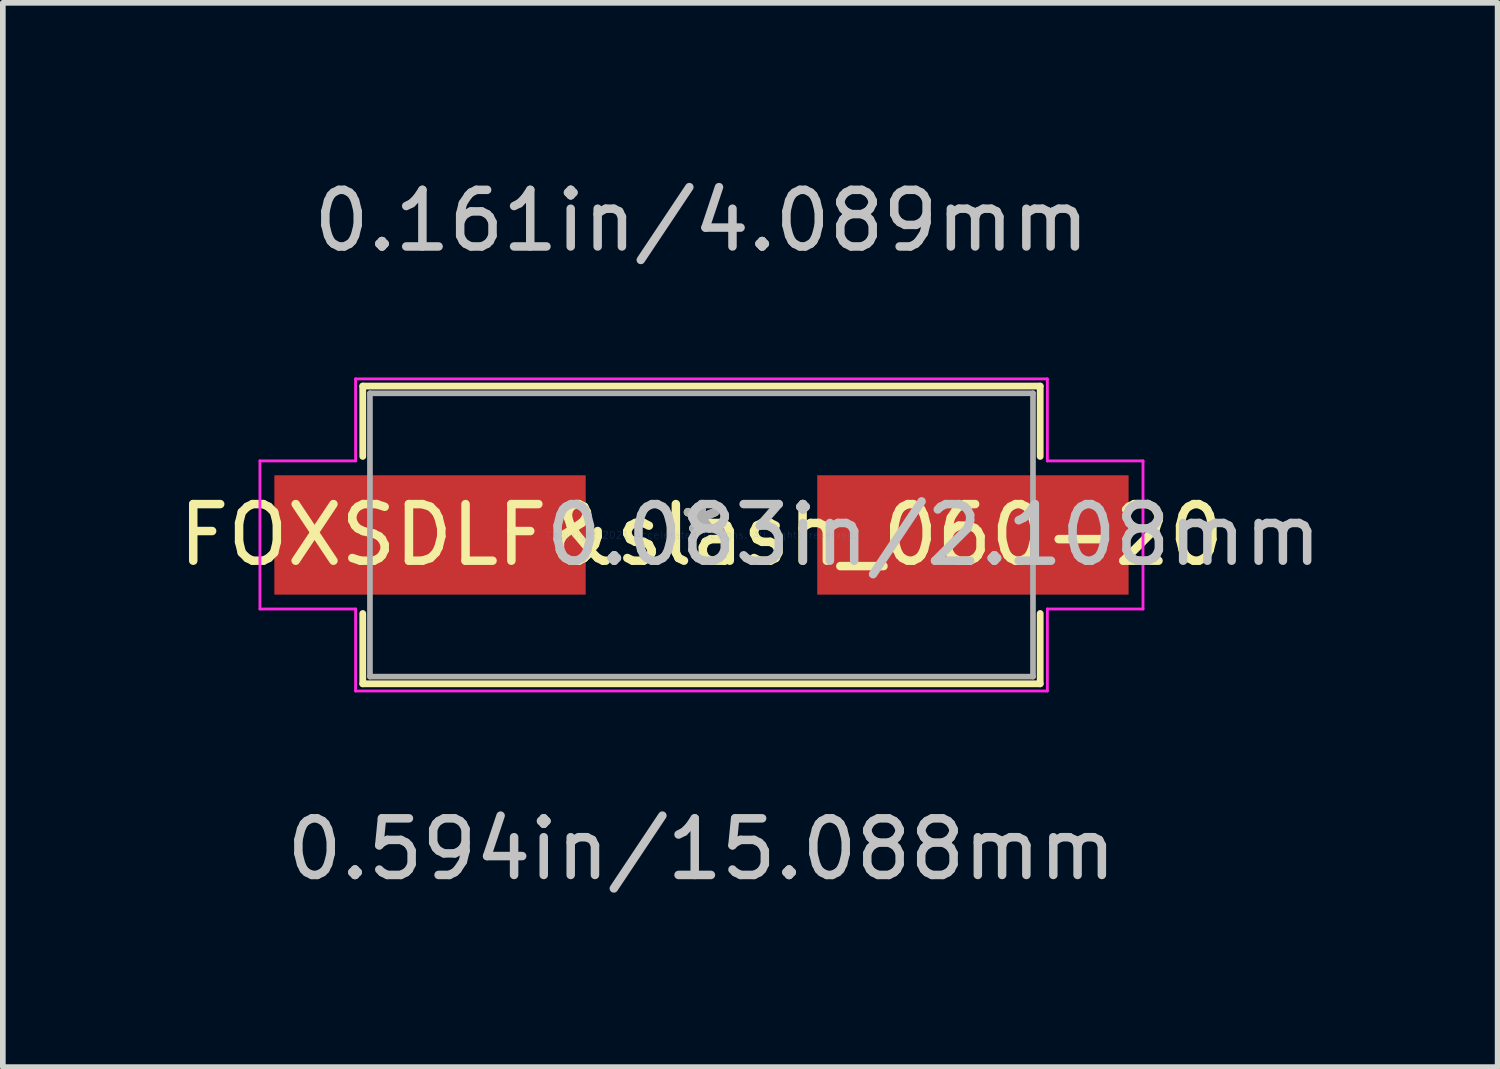
<source format=kicad_pcb>
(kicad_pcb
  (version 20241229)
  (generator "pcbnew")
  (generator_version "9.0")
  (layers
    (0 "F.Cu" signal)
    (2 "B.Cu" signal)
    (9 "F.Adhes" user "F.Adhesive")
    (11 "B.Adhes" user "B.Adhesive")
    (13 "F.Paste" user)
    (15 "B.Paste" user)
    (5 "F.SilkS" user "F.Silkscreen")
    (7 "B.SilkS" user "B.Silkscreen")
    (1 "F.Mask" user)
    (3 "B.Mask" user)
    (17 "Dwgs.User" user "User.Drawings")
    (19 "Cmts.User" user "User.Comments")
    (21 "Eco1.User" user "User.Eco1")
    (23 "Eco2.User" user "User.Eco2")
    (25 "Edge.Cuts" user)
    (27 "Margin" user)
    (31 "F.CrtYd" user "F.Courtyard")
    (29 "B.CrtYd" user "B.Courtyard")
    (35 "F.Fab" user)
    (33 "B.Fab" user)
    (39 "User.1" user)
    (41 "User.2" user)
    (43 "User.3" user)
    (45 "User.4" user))
  (footprint "FOXSDLF&slash_060-20"
    (layer "F.Cu")
    (at 9.339 6.398)
    (property "Reference" "FOXSDLF&slash_060-20" (at 0 0 0) (layer "F.SilkS") (effects (font (size 1 1) (thickness 0.15))))
    (attr through_hole)
    (fp_line (start -5.982 -2.629) (end -5.982 -1.387) (stroke (width 0.12) (type solid)) (layer "F.SilkS"))
    (fp_line (start -5.982 1.387) (end -5.982 2.629) (stroke (width 0.12) (type solid)) (layer "F.SilkS"))
    (fp_line (start -5.982 2.629) (end 5.982 2.629) (stroke (width 0.12) (type solid)) (layer "F.SilkS"))
    (fp_line (start 5.982 -2.629) (end -5.982 -2.629) (stroke (width 0.12) (type solid)) (layer "F.SilkS"))
    (fp_line (start 5.982 -1.387) (end 5.982 -2.629) (stroke (width 0.12) (type solid)) (layer "F.SilkS"))
    (fp_line (start 5.982 2.629) (end 5.982 1.387) (stroke (width 0.12) (type solid)) (layer "F.SilkS"))
    (fp_line (start -7.798 -1.308) (end -6.109 -1.308) (stroke (width 0.05) (type solid)) (layer "F.CrtYd"))
    (fp_line (start -7.798 1.308) (end -7.798 -1.308) (stroke (width 0.05) (type solid)) (layer "F.CrtYd"))
    (fp_line (start -6.109 -2.756) (end 6.109 -2.756) (stroke (width 0.05) (type solid)) (layer "F.CrtYd"))
    (fp_line (start -6.109 -1.308) (end -6.109 -2.756) (stroke (width 0.05) (type solid)) (layer "F.CrtYd"))
    (fp_line (start -6.109 1.308) (end -7.798 1.308) (stroke (width 0.05) (type solid)) (layer "F.CrtYd"))
    (fp_line (start -6.109 2.756) (end -6.109 1.308) (stroke (width 0.05) (type solid)) (layer "F.CrtYd"))
    (fp_line (start 6.109 -2.756) (end 6.109 -1.308) (stroke (width 0.05) (type solid)) (layer "F.CrtYd"))
    (fp_line (start 6.109 -1.308) (end 7.798 -1.308) (stroke (width 0.05) (type solid)) (layer "F.CrtYd"))
    (fp_line (start 6.109 1.308) (end 6.109 2.756) (stroke (width 0.05) (type solid)) (layer "F.CrtYd"))
    (fp_line (start 6.109 2.756) (end -6.109 2.756) (stroke (width 0.05) (type solid)) (layer "F.CrtYd"))
    (fp_line (start 7.798 -1.308) (end 7.798 1.308) (stroke (width 0.05) (type solid)) (layer "F.CrtYd"))
    (fp_line (start 7.798 1.308) (end 6.109 1.308) (stroke (width 0.05) (type solid)) (layer "F.CrtYd"))
    (fp_line (start -5.855 -2.502) (end -5.855 2.502) (stroke (width 0.1) (type solid)) (layer "F.Fab"))
    (fp_line (start -5.855 2.502) (end 5.855 2.502) (stroke (width 0.1) (type solid)) (layer "F.Fab"))
    (fp_line (start 5.855 -2.502) (end -5.855 -2.502) (stroke (width 0.1) (type solid)) (layer "F.Fab"))
    (fp_line (start 5.855 2.502) (end 5.855 -2.502) (stroke (width 0.1) (type solid)) (layer "F.Fab"))
    (fp_text user "*" (at 0 0 0) (layer "F.SilkS") (effects (font (size 1 1) (thickness 0.15))))
    (fp_text user "0.594in/15.088mm" (at 0 5.55 0) (layer "Dwgs.User") (effects (font (size 1 1) (thickness 0.15))))
    (fp_text user "0.161in/4.089mm" (at 0 -5.55 0) (layer "Dwgs.User") (effects (font (size 1 1) (thickness 0.15))))
    (fp_text user "0.083in/2.108mm" (at 4.102 0 0) (layer "Dwgs.User") (effects (font (size 1 1) (thickness 0.15))))
    (fp_text user "Copyright 2021 Accelerated Designs. All rights reserved." (at 0 0 0) (layer "Cmts.User") (effects (font (size 0.127 0.127) (thickness 0.002))))
    (fp_text user "*" (at 0 0 0) (layer "F.Fab") (effects (font (size 1 1) (thickness 0.15))))
    (pad "1" smd rect (at -4.794 0) (size 5.499 2.108) (layers "F.Cu" "F.Mask" "F.Paste"))
    (pad "2" smd rect (at 4.794 0) (size 5.499 2.108) (layers "F.Cu" "F.Mask" "F.Paste")))
  (gr_rect
    (start -3 -3)
    (end 23.4 15.796)
    (stroke (width 0.1) (type default))
    (fill no)
    (layer "Edge.Cuts")))
</source>
